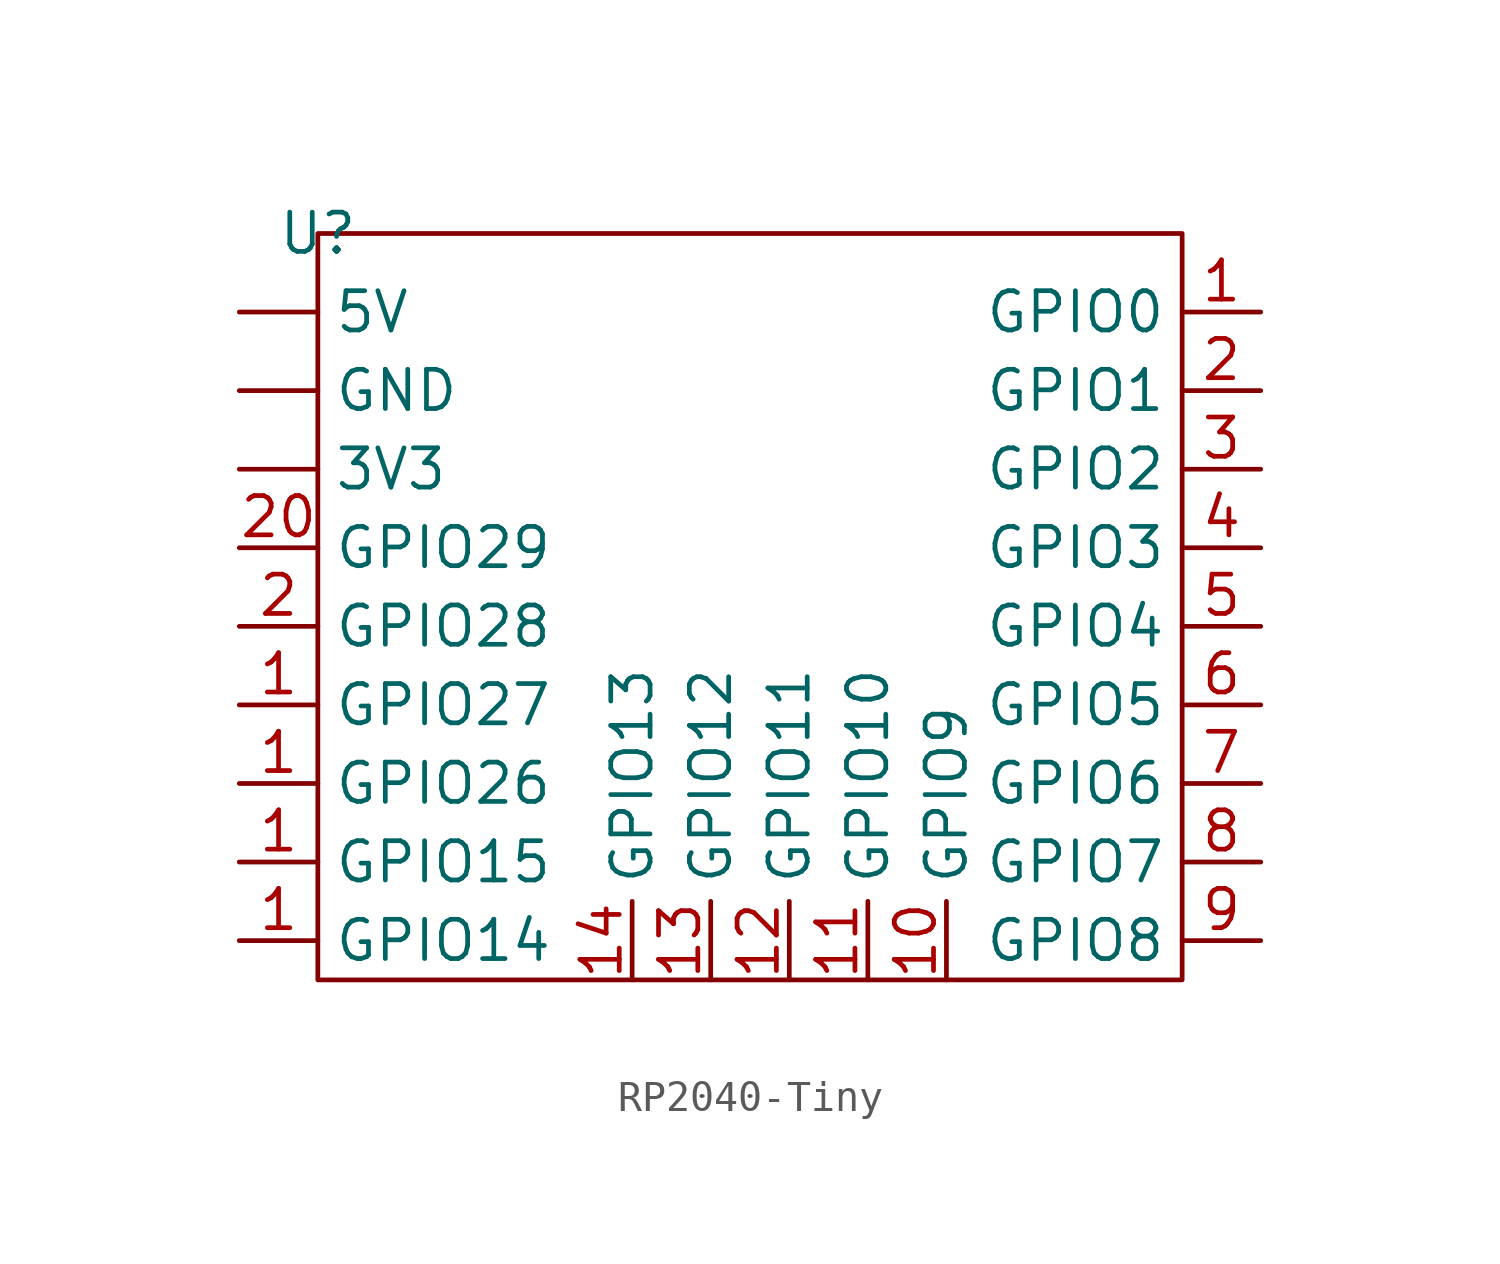
<source format=kicad_sym>
(kicad_symbol_lib
  (version 20220914)
  (generator kicad_symbol_editor)
  (symbol "RP2040-Tiny"
    (property "Reference" "U"
      (at 0 0 0)
      (effects (font (size 1.27 1.27))))
    (property "Value" ""
      (at 0 0 0)
      (effects (font (size 1.27 1.27))))
    (symbol "RP2040-Tiny_0_1"
      (rectangle (start 0 0) (end 27.94 -24.13) (stroke (width 0) (type default)) (fill (type none))))
    (symbol "RP2040-Tiny_1_1"
      (pin bidirectional line (at -2.54 -7.62 0) (length 2.54) (name "3V3" (effects (font (size 1.27 1.27)))) (number "" (effects (font (size 1.27 1.27)))))
      (pin bidirectional line (at -2.54 -2.54 0) (length 2.54) (name "5V" (effects (font (size 1.27 1.27)))) (number "" (effects (font (size 1.27 1.27)))))
      (pin bidirectional line (at -2.54 -5.08 0) (length 2.54) (name "GND" (effects (font (size 1.27 1.27)))) (number "" (effects (font (size 1.27 1.27)))))
      (pin bidirectional line (at 30.48 -2.54 180) (length 2.54) (name "GPIO0" (effects (font (size 1.27 1.27)))) (number "1" (effects (font (size 1.27 1.27)))))
      (pin bidirectional line (at -2.54 -22.86 0) (length 2.54) (name "GPIO14" (effects (font (size 1.27 1.27)))) (number "1" (effects (font (size 1.27 1.27)))))
      (pin bidirectional line (at -2.54 -20.32 0) (length 2.54) (name "GPIO15" (effects (font (size 1.27 1.27)))) (number "1" (effects (font (size 1.27 1.27)))))
      (pin bidirectional line (at -2.54 -17.78 0) (length 2.54) (name "GPIO26" (effects (font (size 1.27 1.27)))) (number "1" (effects (font (size 1.27 1.27)))))
      (pin bidirectional line (at -2.54 -15.24 0) (length 2.54) (name "GPIO27" (effects (font (size 1.27 1.27)))) (number "1" (effects (font (size 1.27 1.27)))))
      (pin bidirectional line (at 20.32 -24.13 90) (length 2.54) (name "GPIO9" (effects (font (size 1.27 1.27)))) (number "10" (effects (font (size 1.27 1.27)))))
      (pin bidirectional line (at 17.78 -24.13 90) (length 2.54) (name "GPIO10" (effects (font (size 1.27 1.27)))) (number "11" (effects (font (size 1.27 1.27)))))
      (pin bidirectional line (at 15.24 -24.13 90) (length 2.54) (name "GPIO11" (effects (font (size 1.27 1.27)))) (number "12" (effects (font (size 1.27 1.27)))))
      (pin bidirectional line (at 12.7 -24.13 90) (length 2.54) (name "GPIO12" (effects (font (size 1.27 1.27)))) (number "13" (effects (font (size 1.27 1.27)))))
      (pin bidirectional line (at 10.16 -24.13 90) (length 2.54) (name "GPIO13" (effects (font (size 1.27 1.27)))) (number "14" (effects (font (size 1.27 1.27)))))
      (pin bidirectional line (at 30.48 -5.08 180) (length 2.54) (name "GPIO1" (effects (font (size 1.27 1.27)))) (number "2" (effects (font (size 1.27 1.27)))))
      (pin bidirectional line (at -2.54 -12.7 0) (length 2.54) (name "GPIO28" (effects (font (size 1.27 1.27)))) (number "2" (effects (font (size 1.27 1.27)))))
      (pin bidirectional line (at -2.54 -10.16 0) (length 2.54) (name "GPIO29" (effects (font (size 1.27 1.27)))) (number "20" (effects (font (size 1.27 1.27)))))
      (pin bidirectional line (at 30.48 -7.62 180) (length 2.54) (name "GPIO2" (effects (font (size 1.27 1.27)))) (number "3" (effects (font (size 1.27 1.27)))))
      (pin bidirectional line (at 30.48 -10.16 180) (length 2.54) (name "GPIO3" (effects (font (size 1.27 1.27)))) (number "4" (effects (font (size 1.27 1.27)))))
      (pin bidirectional line (at 30.48 -12.7 180) (length 2.54) (name "GPIO4" (effects (font (size 1.27 1.27)))) (number "5" (effects (font (size 1.27 1.27)))))
      (pin bidirectional line (at 30.48 -15.24 180) (length 2.54) (name "GPIO5" (effects (font (size 1.27 1.27)))) (number "6" (effects (font (size 1.27 1.27)))))
      (pin bidirectional line (at 30.48 -17.78 180) (length 2.54) (name "GPIO6" (effects (font (size 1.27 1.27)))) (number "7" (effects (font (size 1.27 1.27)))))
      (pin bidirectional line (at 30.48 -20.32 180) (length 2.54) (name "GPIO7" (effects (font (size 1.27 1.27)))) (number "8" (effects (font (size 1.27 1.27)))))
      (pin bidirectional line (at 30.48 -22.86 180) (length 2.54) (name "GPIO8" (effects (font (size 1.27 1.27)))) (number "9" (effects (font (size 1.27 1.27))))))))
</source>
